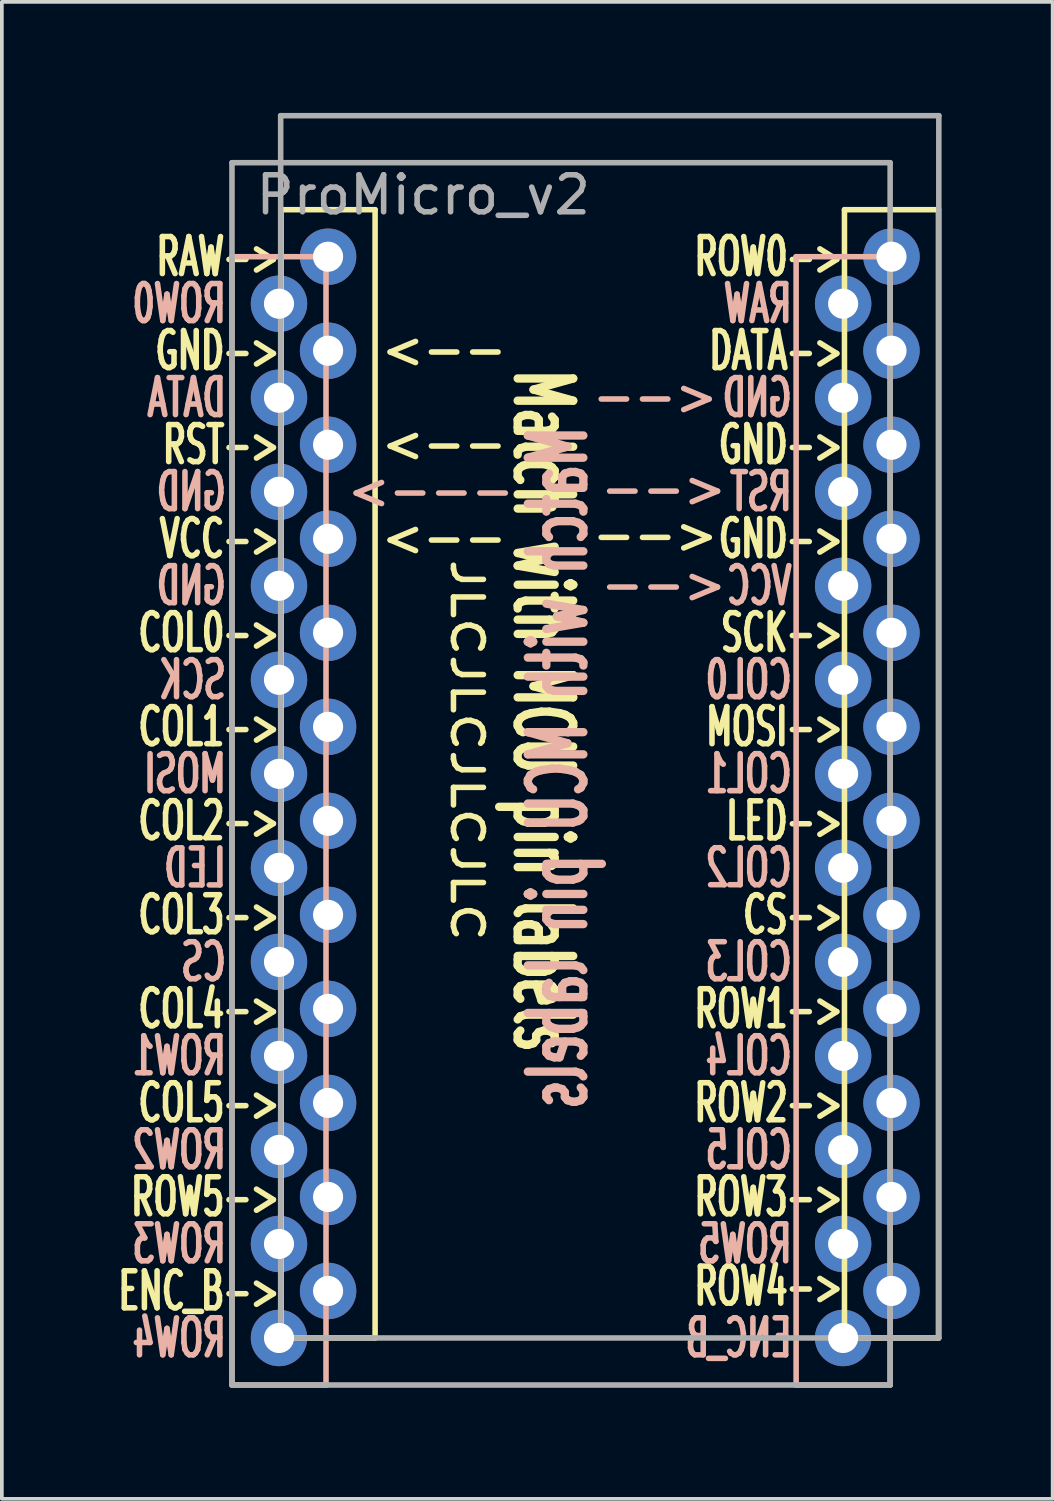
<source format=kicad_pcb>
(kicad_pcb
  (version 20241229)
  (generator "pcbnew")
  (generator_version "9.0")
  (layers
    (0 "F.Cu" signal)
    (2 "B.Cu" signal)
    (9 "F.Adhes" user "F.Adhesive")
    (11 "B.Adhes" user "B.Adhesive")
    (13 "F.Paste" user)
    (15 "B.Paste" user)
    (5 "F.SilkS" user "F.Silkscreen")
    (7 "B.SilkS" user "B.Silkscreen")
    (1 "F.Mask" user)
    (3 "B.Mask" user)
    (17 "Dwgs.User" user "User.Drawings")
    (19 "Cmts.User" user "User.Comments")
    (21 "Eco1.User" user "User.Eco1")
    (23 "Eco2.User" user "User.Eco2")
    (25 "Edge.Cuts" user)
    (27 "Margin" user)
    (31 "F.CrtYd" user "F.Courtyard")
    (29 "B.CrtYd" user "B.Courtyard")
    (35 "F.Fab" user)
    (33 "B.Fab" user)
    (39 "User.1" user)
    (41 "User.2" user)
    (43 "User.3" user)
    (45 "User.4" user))
  (footprint "ProMicro_v2"
    (layer "F.Cu")
    (at 13.377 18.363)
    (property "Reference" "ProMicro_v2" (at -4.992 -16.147 0) (layer "F.Fab") (effects (font (size 1 1) (thickness 0.15))))
    (attr through_hole)
    (fp_line (start -8.834 -15.748) (end -6.294 -15.748) (stroke (width 0.15) (type solid)) (layer "F.SilkS"))
    (fp_line (start -8.834 14.732) (end -8.834 -15.748) (stroke (width 0.15) (type solid)) (layer "F.SilkS"))
    (fp_line (start -6.294 -15.748) (end -6.294 14.732) (stroke (width 0.15) (type solid)) (layer "F.SilkS"))
    (fp_line (start -6.294 14.732) (end -8.834 14.732) (stroke (width 0.15) (type solid)) (layer "F.SilkS"))
    (fp_line (start 6.386 -15.748) (end 8.926 -15.748) (stroke (width 0.15) (type solid)) (layer "F.SilkS"))
    (fp_line (start 6.386 14.732) (end 6.386 -15.748) (stroke (width 0.15) (type solid)) (layer "F.SilkS"))
    (fp_line (start 8.926 -15.748) (end 8.926 14.732) (stroke (width 0.15) (type solid)) (layer "F.SilkS"))
    (fp_line (start 8.926 14.732) (end 6.386 14.732) (stroke (width 0.15) (type solid)) (layer "F.SilkS"))
    (fp_line (start -10.16 -14.478) (end -7.62 -14.478) (stroke (width 0.15) (type solid)) (layer "B.SilkS"))
    (fp_line (start -10.16 16.002) (end -10.16 -14.478) (stroke (width 0.15) (type solid)) (layer "B.SilkS"))
    (fp_line (start -7.62 -14.478) (end -7.62 16.002) (stroke (width 0.15) (type solid)) (layer "B.SilkS"))
    (fp_line (start -7.62 16.002) (end -10.16 16.002) (stroke (width 0.15) (type solid)) (layer "B.SilkS"))
    (fp_line (start 5.08 -14.478) (end 7.62 -14.478) (stroke (width 0.15) (type solid)) (layer "B.SilkS"))
    (fp_line (start 5.08 16.002) (end 5.08 -14.478) (stroke (width 0.15) (type solid)) (layer "B.SilkS"))
    (fp_line (start 7.62 -14.478) (end 7.62 16.002) (stroke (width 0.15) (type solid)) (layer "B.SilkS"))
    (fp_line (start 7.62 16.002) (end 5.08 16.002) (stroke (width 0.15) (type solid)) (layer "B.SilkS"))
    (fp_line (start -9.726 -14.451) (end -9.725 14.723) (stroke (width 0.12) (type solid)) (layer "B.Adhes"))
    (fp_line (start -8.875 15.573) (end -7.576 15.574) (stroke (width 0.12) (type solid)) (layer "B.Adhes"))
    (fp_line (start -7.577 -15.3) (end -8.876 -15.301) (stroke (width 0.12) (type solid)) (layer "B.Adhes"))
    (fp_line (start -6.727 -14.45) (end -6.726 14.724) (stroke (width 0.12) (type solid)) (layer "B.Adhes"))
    (fp_line (start 5.5 -14.45) (end 5.501 14.724) (stroke (width 0.12) (type solid)) (layer "B.Adhes"))
    (fp_line (start 6.351 15.574) (end 7.65 15.575) (stroke (width 0.12) (type solid)) (layer "B.Adhes"))
    (fp_line (start 7.649 -15.299) (end 6.35 -15.3) (stroke (width 0.12) (type solid)) (layer "B.Adhes"))
    (fp_line (start 8.499 -14.449) (end 8.5 14.725) (stroke (width 0.12) (type solid)) (layer "B.Adhes"))
    (fp_arc (start -9.726041 -14.451041) (mid -9.477082 -15.052082) (end -8.876041 -15.301041) (stroke (width 0.12) (type solid)) (layer "B.Adhes"))
    (fp_arc (start -8.875 15.572918) (mid -9.476041 15.323959) (end -9.725 14.722918) (stroke (width 0.12) (type solid)) (layer "B.Adhes"))
    (fp_arc (start -7.577082 -15.3) (mid -6.976041 -15.051041) (end -6.727082 -14.45) (stroke (width 0.12) (type solid)) (layer "B.Adhes"))
    (fp_arc (start -6.726041 14.723959) (mid -6.975 15.325) (end -7.576041 15.573959) (stroke (width 0.12) (type solid)) (layer "B.Adhes"))
    (fp_arc (start 5.5 -14.45) (mid 5.748959 -15.051041) (end 6.35 -15.3) (stroke (width 0.12) (type solid)) (layer "B.Adhes"))
    (fp_arc (start 6.351041 15.573959) (mid 5.75 15.325) (end 5.501041 14.723959) (stroke (width 0.12) (type solid)) (layer "B.Adhes"))
    (fp_arc (start 7.648959 -15.298959) (mid 8.25 -15.05) (end 8.498959 -14.448959) (stroke (width 0.12) (type solid)) (layer "B.Adhes"))
    (fp_arc (start 8.5 14.725) (mid 8.251041 15.326041) (end 7.65 15.575) (stroke (width 0.12) (type solid)) (layer "B.Adhes"))
    (fp_line (start -10.16 -17.018) (end 7.62 -17.018) (stroke (width 0.15) (type solid)) (layer "F.Fab"))
    (fp_line (start -10.16 16.002) (end -10.16 -17.018) (stroke (width 0.15) (type solid)) (layer "F.Fab"))
    (fp_line (start -8.845 -18.288) (end 8.935 -18.288) (stroke (width 0.15) (type solid)) (layer "F.Fab"))
    (fp_line (start -8.845 14.732) (end -8.845 -18.288) (stroke (width 0.15) (type solid)) (layer "F.Fab"))
    (fp_line (start 7.62 -17.018) (end 7.62 16.002) (stroke (width 0.15) (type solid)) (layer "F.Fab"))
    (fp_line (start 7.62 16.002) (end -10.16 16.002) (stroke (width 0.15) (type solid)) (layer "F.Fab"))
    (fp_line (start 8.935 -18.288) (end 8.935 14.732) (stroke (width 0.15) (type solid)) (layer "F.Fab"))
    (fp_line (start 8.935 14.732) (end -8.845 14.732) (stroke (width 0.15) (type solid)) (layer "F.Fab"))
    (fp_text user "VCC->" (at -10.498 -6.858 0) (layer "F.SilkS") (effects (font (size 1 0.6) (thickness 0.15))))
    (fp_text user "-->" (at 3.042 -6.97 0) (unlocked yes) (layer "F.SilkS") (effects (font (size 1 0.9) (thickness 0.15)) (justify right)))
    (fp_text user "COL3->" (at -10.784 3.302 0) (layer "F.SilkS") (effects (font (size 1 0.6) (thickness 0.15))))
    (fp_text user "GND->" (at -10.555 -11.938 0) (layer "F.SilkS") (effects (font (size 1 0.6) (thickness 0.15))))
    (fp_text user "ROW2->" (at 4.336 8.382 0) (layer "F.SilkS") (effects (font (size 1 0.6) (thickness 0.15))))
    (fp_text user "CS->" (at 4.993 3.302 0) (layer "F.SilkS") (effects (font (size 1 0.6) (thickness 0.15))))
    (fp_text user "ROW1->" (at 4.336 5.842 0) (layer "F.SilkS") (effects (font (size 1 0.6) (thickness 0.15))))
    (fp_text user "ROW5->" (at -10.884 10.922 0) (layer "F.SilkS") (effects (font (size 1 0.6) (thickness 0.15))))
    (fp_text user "COL1->" (at -10.784 -1.778 0) (layer "F.SilkS") (effects (font (size 1 0.6) (thickness 0.15))))
    (fp_text user "<--" (at -6.2 -11.978 0) (unlocked yes) (layer "F.SilkS") (effects (font (size 1 0.9) (thickness 0.15)) (justify left)))
    (fp_text user "ROW4->" (at 4.336 13.335 0) (layer "F.SilkS") (effects (font (size 1 0.6) (thickness 0.15))))
    (fp_text user "GND->" (at 4.664 -9.398 0) (layer "F.SilkS") (effects (font (size 1 0.6) (thickness 0.15))))
    (fp_text user "SCK->" (at 4.693 -4.318 0) (layer "F.SilkS") (effects (font (size 1 0.6) (thickness 0.15))))
    (fp_text user "GND->" (at 4.664 -6.858 0) (layer "F.SilkS") (effects (font (size 1 0.6) (thickness 0.15))))
    (fp_text user "LED->" (at 4.764 0.767 0) (layer "F.SilkS") (effects (font (size 1 0.6) (thickness 0.15))))
    (fp_text user "Match with MCU pin labels" (at -1.76 -2.21 270) (unlocked yes) (layer "F.SilkS") (effects (font (size 1.5 0.9) (thickness 0.225))))
    (fp_text user "MOSI->" (at 4.493 -1.778 0) (layer "F.SilkS") (effects (font (size 1 0.6) (thickness 0.15))))
    (fp_text user "ROW3->" (at 4.336 10.922 0) (layer "F.SilkS") (effects (font (size 1 0.6) (thickness 0.15))))
    (fp_text user "JLCJLCJLCJLC" (at -3.81 -1.143 270) (unlocked yes) (layer "F.SilkS") (effects (font (size 0.81 1) (thickness 0.15))))
    (fp_text user "RAW->" (at -10.541 -14.478 0) (unlocked yes) (layer "F.SilkS") (effects (font (size 1 0.6) (thickness 0.15))))
    (fp_text user "ROW0->" (at 4.336 -14.478 0) (layer "F.SilkS") (effects (font (size 1 0.6) (thickness 0.15))))
    (fp_text user "ENC_B->" (at -11.055 13.462 0) (layer "F.SilkS") (effects (font (size 1 0.6) (thickness 0.15))))
    (fp_text user "COL0->" (at -10.784 -4.318 0) (layer "F.SilkS") (effects (font (size 1 0.6) (thickness 0.15))))
    (fp_text user "COL5->" (at -10.784 8.382 0) (layer "F.SilkS") (effects (font (size 1 0.6) (thickness 0.15))))
    (fp_text user "RST->" (at -10.455 -9.398 0) (layer "F.SilkS") (effects (font (size 1 0.6) (thickness 0.15))))
    (fp_text user "<--" (at -6.2 -6.898 0) (unlocked yes) (layer "F.SilkS") (effects (font (size 1 0.9) (thickness 0.15)) (justify left)))
    (fp_text user "COL4->" (at -10.784 5.842 0) (layer "F.SilkS") (effects (font (size 1 0.6) (thickness 0.15))))
    (fp_text user "DATA->" (at 4.536 -11.938 0) (layer "F.SilkS") (effects (font (size 1 0.6) (thickness 0.15))))
    (fp_text user "<--" (at -6.2 -9.438 0) (unlocked yes) (layer "F.SilkS") (effects (font (size 1 0.9) (thickness 0.15)) (justify left)))
    (fp_text user "COL2->" (at -10.784 0.762 0) (layer "F.SilkS") (effects (font (size 1 0.6) (thickness 0.15))))
    (fp_text user "COL0" (at 3.798 -3.048 0) (layer "B.SilkS") (effects (font (size 1 0.6) (thickness 0.15)) (justify mirror)))
    (fp_text user "GND" (at 4.027 -10.668 0) (layer "B.SilkS") (effects (font (size 1 0.6) (thickness 0.15)) (justify mirror)))
    (fp_text user "ROW0" (at -11.587 -13.208 0) (layer "B.SilkS") (effects (font (size 1 0.6) (thickness 0.15)) (justify mirror)))
    (fp_text user "LED" (at -11.159 2.037 0) (layer "B.SilkS") (effects (font (size 1 0.6) (thickness 0.15)) (justify mirror)))
    (fp_text user "COL3" (at 3.798 4.572 0) (layer "B.SilkS") (effects (font (size 1 0.6) (thickness 0.15)) (justify mirror)))
    (fp_text user "--->" (at -7.118 -8.168 0) (unlocked yes) (layer "B.SilkS") (effects (font (size 1 0.9) (thickness 0.15)) (justify right mirror)))
    (fp_text user "Match with MCU pin labels" (at -1.35 -0.67 90) (unlocked yes) (layer "B.SilkS") (effects (font (size 1.5 0.9) (thickness 0.225)) (justify mirror)))
    (fp_text user "GND" (at -11.259 -5.588 0) (layer "B.SilkS") (effects (font (size 1 0.6) (thickness 0.15)) (justify mirror)))
    (fp_text user "ROW2" (at -11.587 9.652 0) (layer "B.SilkS") (effects (font (size 1 0.6) (thickness 0.15)) (justify mirror)))
    (fp_text user "RAW" (at 4.041 -13.208 0) (layer "B.SilkS") (effects (font (size 1 0.6) (thickness 0.15)) (justify mirror)))
    (fp_text user "GND" (at -11.259 -8.128 0) (layer "B.SilkS") (effects (font (size 1 0.6) (thickness 0.15)) (justify mirror)))
    (fp_text user "ROW5" (at 3.698 12.192 0) (layer "B.SilkS") (effects (font (size 1 0.6) (thickness 0.15)) (justify mirror)))
    (fp_text user "DATA" (at -11.387 -10.668 0) (layer "B.SilkS") (effects (font (size 1 0.6) (thickness 0.15)) (justify mirror)))
    (fp_text user "SCK" (at -11.23 -3.048 0) (layer "B.SilkS") (effects (font (size 1 0.6) (thickness 0.15)) (justify mirror)))
    (fp_text user "ENC_B" (at 3.527 14.732 0) (layer "B.SilkS") (effects (font (size 1 0.6) (thickness 0.15)) (justify mirror)))
    (fp_text user "ROW1" (at -11.587 7.112 0) (layer "B.SilkS") (effects (font (size 1 0.6) (thickness 0.15)) (justify mirror)))
    (fp_text user "RST" (at 4.127 -8.128 0) (layer "B.SilkS") (effects (font (size 1 0.6) (thickness 0.15)) (justify mirror)))
    (fp_text user "MOSI" (at -11.43 -0.508 0) (layer "B.SilkS") (effects (font (size 1 0.6) (thickness 0.15)) (justify mirror)))
    (fp_text user "CS" (at -10.93 4.572 0) (layer "B.SilkS") (effects (font (size 1 0.6) (thickness 0.15)) (justify mirror)))
    (fp_text user "VCC" (at 4.084 -5.588 0) (layer "B.SilkS") (effects (font (size 1 0.6) (thickness 0.15)) (justify mirror)))
    (fp_text user "<--" (at 1.5 -8.22 0) (unlocked yes) (layer "B.SilkS") (effects (font (size 1 0.9) (thickness 0.15)) (justify mirror)))
    (fp_text user "ROW3" (at -11.587 12.192 0) (layer "B.SilkS") (effects (font (size 1 0.6) (thickness 0.15)) (justify mirror)))
    (fp_text user "COL2" (at 3.798 2.032 0) (layer "B.SilkS") (effects (font (size 1 0.6) (thickness 0.15)) (justify mirror)))
    (fp_text user "<--" (at 3.042 -10.708 0) (unlocked yes) (layer "B.SilkS") (effects (font (size 1 0.9) (thickness 0.15)) (justify left mirror)))
    (fp_text user "COL1" (at 3.798 -0.508 0) (layer "B.SilkS") (effects (font (size 1 0.6) (thickness 0.15)) (justify mirror)))
    (fp_text user "COL4" (at 3.798 7.112 0) (layer "B.SilkS") (effects (font (size 1 0.6) (thickness 0.15)) (justify mirror)))
    (fp_text user "ROW4" (at -11.587 14.732 0) (layer "B.SilkS") (effects (font (size 1 0.6) (thickness 0.15)) (justify mirror)))
    (fp_text user "<--" (at 1.5 -5.628 0) (unlocked yes) (layer "B.SilkS") (effects (font (size 1 0.9) (thickness 0.15)) (justify mirror)))
    (fp_text user "COL5" (at 3.798 9.652 0) (layer "B.SilkS") (effects (font (size 1 0.6) (thickness 0.15)) (justify mirror)))
    (pad "1" thru_hole circle (at -8.89 -13.208) (size 1.524 1.524) (drill 0.813) (layers "*.Cu" "F.Mask"))
    (pad "1" thru_hole circle (at 7.656 -14.478) (size 1.524 1.524) (drill 0.813) (layers "*.Cu" "B.Mask"))
    (pad "2" thru_hole circle (at -8.89 -10.668) (size 1.524 1.524) (drill 0.813) (layers "*.Cu" "F.Mask"))
    (pad "2" thru_hole circle (at 7.656 -11.938) (size 1.524 1.524) (drill 0.813) (layers "*.Cu" "B.Mask"))
    (pad "3" thru_hole circle (at -8.89 -8.128) (size 1.524 1.524) (drill 0.813) (layers "*.Cu" "F.Mask"))
    (pad "3" thru_hole circle (at 7.656 -9.398) (size 1.524 1.524) (drill 0.813) (layers "*.Cu" "B.Mask"))
    (pad "4" thru_hole circle (at -8.89 -5.588) (size 1.524 1.524) (drill 0.813) (layers "*.Cu" "F.Mask"))
    (pad "4" thru_hole circle (at 7.656 -6.858) (size 1.524 1.524) (drill 0.813) (layers "*.Cu" "B.Mask"))
    (pad "5" thru_hole circle (at -8.89 -3.048) (size 1.524 1.524) (drill 0.813) (layers "*.Cu" "F.Mask"))
    (pad "5" thru_hole circle (at 7.656 -4.318) (size 1.524 1.524) (drill 0.813) (layers "*.Cu" "B.Mask"))
    (pad "6" thru_hole circle (at -8.89 -0.508) (size 1.524 1.524) (drill 0.813) (layers "*.Cu" "F.Mask"))
    (pad "6" thru_hole circle (at 7.656 -1.778) (size 1.524 1.524) (drill 0.813) (layers "*.Cu" "B.Mask"))
    (pad "7" thru_hole circle (at -8.89 2.032) (size 1.524 1.524) (drill 0.813) (layers "*.Cu" "F.Mask"))
    (pad "7" thru_hole circle (at 7.656 0.762) (size 1.524 1.524) (drill 0.813) (layers "*.Cu" "B.Mask"))
    (pad "8" thru_hole circle (at -8.89 4.572) (size 1.524 1.524) (drill 0.813) (layers "*.Cu" "F.Mask"))
    (pad "8" thru_hole circle (at 7.656 3.302) (size 1.524 1.524) (drill 0.813) (layers "*.Cu" "B.Mask"))
    (pad "9" thru_hole circle (at -8.89 7.112) (size 1.524 1.524) (drill 0.813) (layers "*.Cu" "F.Mask"))
    (pad "9" thru_hole circle (at 7.656 5.842) (size 1.524 1.524) (drill 0.813) (layers "*.Cu" "B.Mask"))
    (pad "10" thru_hole circle (at -8.89 9.652) (size 1.524 1.524) (drill 0.813) (layers "*.Cu" "F.Mask"))
    (pad "10" thru_hole circle (at 7.656 8.382) (size 1.524 1.524) (drill 0.813) (layers "*.Cu" "B.Mask"))
    (pad "11" thru_hole circle (at -8.89 12.192) (size 1.524 1.524) (drill 0.813) (layers "*.Cu" "F.Mask"))
    (pad "11" thru_hole circle (at 7.656 10.922) (size 1.524 1.524) (drill 0.813) (layers "*.Cu" "B.Mask"))
    (pad "12" thru_hole circle (at -8.89 14.732) (size 1.524 1.524) (drill 0.813) (layers "*.Cu" "F.Mask"))
    (pad "12" thru_hole circle (at 7.656 13.462) (size 1.524 1.524) (drill 0.813) (layers "*.Cu" "B.Mask"))
    (pad "13" thru_hole circle (at -7.564 13.462) (size 1.524 1.524) (drill 0.813) (layers "*.Cu" "B.Mask"))
    (pad "13" thru_hole circle (at 6.35 14.732) (size 1.524 1.524) (drill 0.813) (layers "*.Cu" "F.Mask"))
    (pad "14" thru_hole circle (at -7.564 10.922) (size 1.524 1.524) (drill 0.813) (layers "*.Cu" "B.Mask"))
    (pad "14" thru_hole circle (at 6.35 12.192) (size 1.524 1.524) (drill 0.813) (layers "*.Cu" "F.Mask"))
    (pad "15" thru_hole circle (at -7.564 8.382) (size 1.524 1.524) (drill 0.813) (layers "*.Cu" "B.Mask"))
    (pad "15" thru_hole circle (at 6.35 9.652) (size 1.524 1.524) (drill 0.813) (layers "*.Cu" "F.Mask"))
    (pad "16" thru_hole circle (at -7.564 5.842) (size 1.524 1.524) (drill 0.813) (layers "*.Cu" "B.Mask"))
    (pad "16" thru_hole circle (at 6.35 7.112) (size 1.524 1.524) (drill 0.813) (layers "*.Cu" "F.Mask"))
    (pad "17" thru_hole circle (at -7.564 3.302) (size 1.524 1.524) (drill 0.813) (layers "*.Cu" "B.Mask"))
    (pad "17" thru_hole circle (at 6.35 4.572) (size 1.524 1.524) (drill 0.813) (layers "*.Cu" "F.Mask"))
    (pad "18" thru_hole circle (at -7.564 0.762) (size 1.524 1.524) (drill 0.813) (layers "*.Cu" "B.Mask"))
    (pad "18" thru_hole circle (at 6.35 2.032) (size 1.524 1.524) (drill 0.813) (layers "*.Cu" "F.Mask"))
    (pad "19" thru_hole circle (at -7.564 -1.778) (size 1.524 1.524) (drill 0.813) (layers "*.Cu" "B.Mask"))
    (pad "19" thru_hole circle (at 6.35 -0.508) (size 1.524 1.524) (drill 0.813) (layers "*.Cu" "F.Mask"))
    (pad "20" thru_hole circle (at -7.564 -4.318) (size 1.524 1.524) (drill 0.813) (layers "*.Cu" "B.Mask"))
    (pad "20" thru_hole circle (at 6.35 -3.048) (size 1.524 1.524) (drill 0.813) (layers "*.Cu" "F.Mask"))
    (pad "21" thru_hole circle (at -7.564 -6.858) (size 1.524 1.524) (drill 0.813) (layers "*.Cu" "B.Mask"))
    (pad "21" thru_hole circle (at 6.35 -5.588) (size 1.524 1.524) (drill 0.813) (layers "*.Cu" "F.Mask"))
    (pad "22" thru_hole circle (at -7.564 -9.398) (size 1.524 1.524) (drill 0.813) (layers "*.Cu" "B.Mask"))
    (pad "22" thru_hole circle (at 6.35 -8.128) (size 1.524 1.524) (drill 0.813) (layers "*.Cu" "F.Mask"))
    (pad "23" thru_hole circle (at -7.564 -11.938) (size 1.524 1.524) (drill 0.813) (layers "*.Cu" "B.Mask"))
    (pad "23" thru_hole circle (at 6.35 -10.668) (size 1.524 1.524) (drill 0.813) (layers "*.Cu" "F.Mask"))
    (pad "24" thru_hole circle (at -7.564 -14.478) (size 1.524 1.524) (drill 0.813) (layers "*.Cu" "B.Mask"))
    (pad "24" thru_hole circle (at 6.35 -13.208) (size 1.524 1.524) (drill 0.813) (layers "*.Cu" "F.Mask")))
  (gr_rect
    (start -3 -3)
    (end 25.387 37.44)
    (stroke (width 0.1) (type default))
    (fill no)
    (layer "Edge.Cuts")))
</source>
